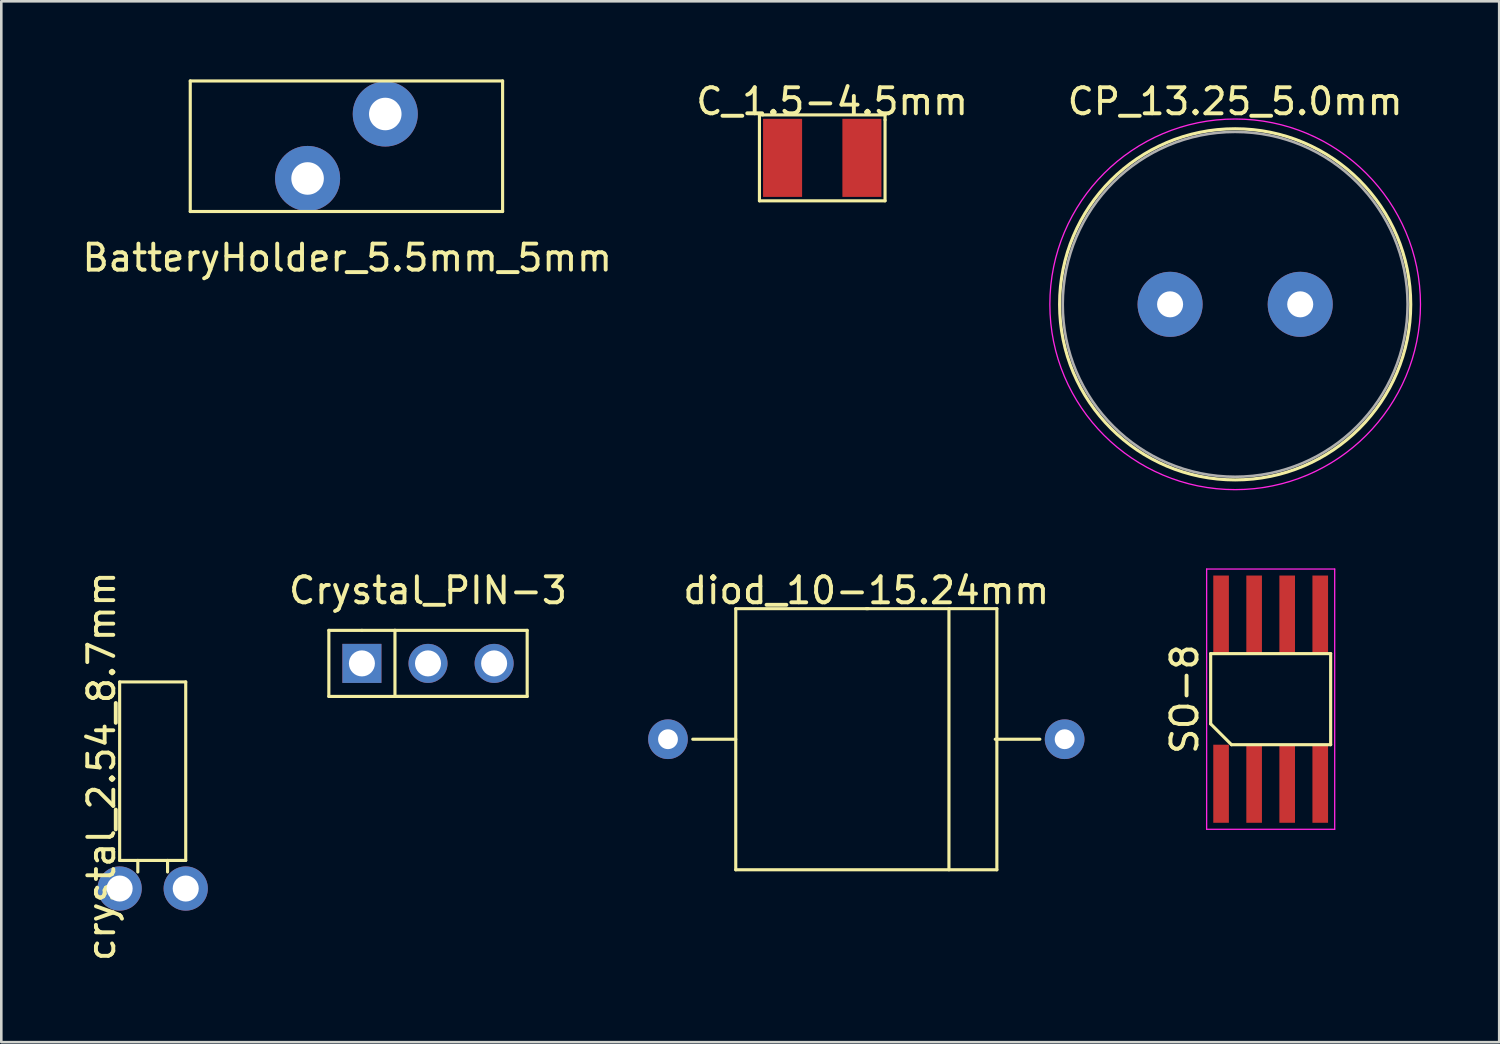
<source format=kicad_pcb>
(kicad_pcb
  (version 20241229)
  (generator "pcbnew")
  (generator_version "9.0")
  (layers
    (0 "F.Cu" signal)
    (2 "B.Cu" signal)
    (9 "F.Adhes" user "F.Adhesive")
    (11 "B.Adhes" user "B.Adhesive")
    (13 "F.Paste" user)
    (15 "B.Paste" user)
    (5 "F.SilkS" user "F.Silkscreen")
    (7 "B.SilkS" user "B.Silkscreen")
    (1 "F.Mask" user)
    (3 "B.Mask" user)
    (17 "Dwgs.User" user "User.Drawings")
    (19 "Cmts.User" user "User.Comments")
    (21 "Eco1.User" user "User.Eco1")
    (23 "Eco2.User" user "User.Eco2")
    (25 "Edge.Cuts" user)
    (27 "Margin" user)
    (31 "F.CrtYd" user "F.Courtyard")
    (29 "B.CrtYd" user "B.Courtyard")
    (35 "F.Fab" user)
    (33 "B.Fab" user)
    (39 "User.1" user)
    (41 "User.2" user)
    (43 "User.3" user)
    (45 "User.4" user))
  (footprint "crystal_2.54_8.7mm"
    (layer "F.Cu")
    (at 1.483 31.025)
    (property "Reference" "crystal_2.54_8.7mm" (at -0.635 -4.636 90) (layer "F.SilkS") (effects (font (size 1 1) (thickness 0.15))))
    (attr through_hole)
    (fp_line (start 0.064 -7.874) (end 2.603 -7.874) (stroke (width 0.12) (type solid)) (layer "F.SilkS"))
    (fp_line (start 0.064 -1.016) (end 0.064 -7.874) (stroke (width 0.12) (type solid)) (layer "F.SilkS"))
    (fp_line (start 0.762 -1.016) (end 0.762 -0.572) (stroke (width 0.12) (type solid)) (layer "F.SilkS"))
    (fp_line (start 1.905 -0.572) (end 1.905 -1.016) (stroke (width 0.12) (type solid)) (layer "F.SilkS"))
    (fp_line (start 2.603 -7.874) (end 2.603 -1.016) (stroke (width 0.12) (type solid)) (layer "F.SilkS"))
    (fp_line (start 2.603 -1.016) (end 0.064 -1.016) (stroke (width 0.12) (type solid)) (layer "F.SilkS"))
    (pad "1" thru_hole circle (at 0.064 0.064) (size 1.7 1.7) (drill 1) (layers "*.Cu" "*.Mask"))
    (pad "2" thru_hole circle (at 2.603 0.064) (size 1.7 1.7) (drill 1) (layers "*.Cu" "*.Mask")))
  (footprint "SO-8"
    (layer "F.Cu")
    (at 45.771 23.813)
    (property "Reference" "SO-8" (at -3.305 0 90) (layer "F.SilkS") (effects (font (size 1 1) (thickness 0.15))))
    (attr smd)
    (fp_line (start -2.305 -1.75) (end 2.305 -1.75) (stroke (width 0.12) (type solid)) (layer "F.SilkS"))
    (fp_line (start -2.305 0.95) (end -2.305 -1.75) (stroke (width 0.12) (type solid)) (layer "F.SilkS"))
    (fp_line (start -1.505 1.75) (end -2.305 0.95) (stroke (width 0.12) (type solid)) (layer "F.SilkS"))
    (fp_line (start 2.305 -1.75) (end 2.305 1.75) (stroke (width 0.12) (type solid)) (layer "F.SilkS"))
    (fp_line (start 2.305 1.75) (end -1.505 1.75) (stroke (width 0.12) (type solid)) (layer "F.SilkS"))
    (fp_line (start -2.46 -5) (end 2.46 -5) (stroke (width 0.05) (type solid)) (layer "F.CrtYd"))
    (fp_line (start -2.46 5) (end -2.46 -5) (stroke (width 0.05) (type solid)) (layer "F.CrtYd"))
    (fp_line (start 2.46 -5) (end 2.46 5) (stroke (width 0.05) (type solid)) (layer "F.CrtYd"))
    (fp_line (start 2.46 5) (end -2.46 5) (stroke (width 0.05) (type solid)) (layer "F.CrtYd"))
    (pad "1" smd rect (at -1.905 3.25) (size 0.6 3) (layers "F.Cu" "F.Mask" "F.Paste"))
    (pad "2" smd rect (at -0.635 3.25) (size 0.6 3) (layers "F.Cu" "F.Mask" "F.Paste"))
    (pad "3" smd rect (at 0.635 3.25) (size 0.6 3) (layers "F.Cu" "F.Mask" "F.Paste"))
    (pad "4" smd rect (at 1.905 3.25) (size 0.6 3) (layers "F.Cu" "F.Mask" "F.Paste"))
    (pad "5" smd rect (at 1.905 -3.25) (size 0.6 3) (layers "F.Cu" "F.Mask" "F.Paste"))
    (pad "6" smd rect (at 0.635 -3.25) (size 0.6 3) (layers "F.Cu" "F.Mask" "F.Paste"))
    (pad "7" smd rect (at -0.635 -3.25) (size 0.6 3) (layers "F.Cu" "F.Mask" "F.Paste"))
    (pad "8" smd rect (at -1.905 -3.25) (size 0.6 3) (layers "F.Cu" "F.Mask" "F.Paste")))
  (footprint "C_1.5-4.5mm"
    (layer "F.Cu")
    (at 28.923 3.015)
    (property "Reference" "C_1.5-4.5mm" (at 0 -2.167 0) (layer "F.SilkS") (effects (font (size 1 1) (thickness 0.15))))
    (attr through_hole)
    (fp_line (start -2.794 -1.651) (end -2.667 -1.651) (stroke (width 0.12) (type solid)) (layer "F.SilkS"))
    (fp_line (start -2.794 1.651) (end -2.794 -1.651) (stroke (width 0.12) (type solid)) (layer "F.SilkS"))
    (fp_line (start -2.667 -1.651) (end 2.032 -1.651) (stroke (width 0.12) (type solid)) (layer "F.SilkS"))
    (fp_line (start 2.032 -1.651) (end 2.032 -1.46) (stroke (width 0.12) (type solid)) (layer "F.SilkS"))
    (fp_line (start 2.032 -1.46) (end 2.032 1.651) (stroke (width 0.12) (type solid)) (layer "F.SilkS"))
    (fp_line (start 2.032 1.651) (end -2.794 1.651) (stroke (width 0.12) (type solid)) (layer "F.SilkS"))
    (pad "1" smd rect (at -1.905 0) (size 1.5 3) (layers "F.Cu" "F.Mask" "F.Paste"))
    (pad "2" smd rect (at 1.143 0) (size 1.5 3) (layers "F.Cu" "F.Mask" "F.Paste")))
  (footprint "diod_10-15.24mm"
    (layer "F.Cu")
    (at 30.235 25.352)
    (property "Reference" "diod_10-15.24mm" (at 0 -5.715 0) (layer "F.SilkS") (effects (font (size 1 1) (thickness 0.15))))
    (attr through_hole)
    (fp_line (start -6.668 0) (end -5.016 0) (stroke (width 0.12) (type solid)) (layer "F.SilkS"))
    (fp_line (start -5.016 -5.016) (end 0.064 -5.016) (stroke (width 0.12) (type solid)) (layer "F.SilkS"))
    (fp_line (start -5.016 5.016) (end -5.016 -5.016) (stroke (width 0.12) (type solid)) (layer "F.SilkS"))
    (fp_line (start 0 -5.016) (end 5.016 -5.016) (stroke (width 0.12) (type solid)) (layer "F.SilkS"))
    (fp_line (start 3.175 -5.016) (end 3.175 5.016) (stroke (width 0.12) (type solid)) (layer "F.SilkS"))
    (fp_line (start 5.016 -5.016) (end 5.016 5.016) (stroke (width 0.12) (type solid)) (layer "F.SilkS"))
    (fp_line (start 5.016 5.016) (end -5.016 5.016) (stroke (width 0.12) (type solid)) (layer "F.SilkS"))
    (fp_line (start 6.668 0) (end 4.953 0) (stroke (width 0.12) (type solid)) (layer "F.SilkS"))
    (pad "1" thru_hole circle (at 7.62 0) (size 1.524 1.524) (drill 0.762) (layers "*.Cu" "*.Mask"))
    (pad "2" thru_hole circle (at -7.62 0) (size 1.524 1.524) (drill 0.762) (layers "*.Cu" "*.Mask")))
  (footprint "CP_13.25_5.0mm"
    (layer "F.Cu")
    (at 44.407 8.643)
    (property "Reference" "CP_13.25_5.0mm" (at 0 -7.795 0) (layer "F.SilkS") (effects (font (size 1 1) (thickness 0.15))))
    (attr through_hole)
    (fp_circle (center 0 0) (end 0 6.745) (stroke (width 0.12) (type solid)) (fill no) (layer "F.SilkS"))
    (fp_circle (center 0 0) (end 0 7.12) (stroke (width 0.05) (type solid)) (fill no) (layer "F.CrtYd"))
    (fp_circle (center 0 0) (end 0 6.625) (stroke (width 0.1) (type solid)) (fill no) (layer "F.Fab"))
    (pad "1" thru_hole oval (at -2.5 0) (size 2.5 2.5) (drill 1) (layers "*.Cu" "*.Mask"))
    (pad "2" thru_hole oval (at 2.5 0) (size 2.5 2.5) (drill 1) (layers "*.Cu" "*.Mask")))
  (footprint "BatteryHolder_5.5mm_5mm"
    (layer "F.Cu")
    (at 8.768 3.807)
    (property "Reference" "BatteryHolder_5.5mm_5mm" (at 1.524 3.048 0) (layer "F.SilkS") (effects (font (size 1 1) (thickness 0.15))))
    (attr through_hole)
    (fp_line (start -4.508 -3.747) (end 7.493 -3.747) (stroke (width 0.12) (type solid)) (layer "F.SilkS"))
    (fp_line (start -4.508 1.27) (end -4.508 -3.747) (stroke (width 0.12) (type solid)) (layer "F.SilkS"))
    (fp_line (start -4.508 1.27) (end 7.493 1.27) (stroke (width 0.12) (type solid)) (layer "F.SilkS"))
    (fp_line (start 7.493 1.27) (end 7.493 -3.747) (stroke (width 0.12) (type solid)) (layer "F.SilkS"))
    (pad "1" thru_hole circle (at 0 0) (size 2.5 2.5) (drill 1.25) (layers "*.Cu" "*.Mask"))
    (pad "1" thru_hole circle (at 2.985 -2.477) (size 2.5 2.5) (drill 1.25) (layers "*.Cu" "*.Mask")))
  (footprint "Crystal_PIN-3"
    (layer "F.Cu")
    (at 13.395 22.439)
    (property "Reference" "Crystal_PIN-3" (at 0 -2.802 0) (layer "F.SilkS") (effects (font (size 1 1) (thickness 0.15))))
    (attr through_hole)
    (fp_line (start -3.81 -1.27) (end -3.81 1.27) (stroke (width 0.12) (type solid)) (layer "F.SilkS"))
    (fp_line (start -3.81 1.27) (end -1.27 1.27) (stroke (width 0.12) (type solid)) (layer "F.SilkS"))
    (fp_line (start -2.54 -1.27) (end -3.81 -1.27) (stroke (width 0.12) (type solid)) (layer "F.SilkS"))
    (fp_line (start -1.27 -1.27) (end -2.54 -1.27) (stroke (width 0.12) (type solid)) (layer "F.SilkS"))
    (fp_line (start -1.27 1.27) (end -1.27 -1.27) (stroke (width 0.12) (type solid)) (layer "F.SilkS"))
    (fp_line (start -1.27 1.27) (end 3.81 1.27) (stroke (width 0.12) (type solid)) (layer "F.SilkS"))
    (fp_line (start 3.747 1.27) (end -1.27 1.27) (stroke (width 0.12) (type solid)) (layer "F.SilkS"))
    (fp_line (start 3.81 -1.27) (end -1.27 -1.27) (stroke (width 0.12) (type solid)) (layer "F.SilkS"))
    (fp_line (start 3.81 1.27) (end 3.81 -1.27) (stroke (width 0.12) (type solid)) (layer "F.SilkS"))
    (pad "1" thru_hole rect (at -2.54 0) (size 1.5 1.5) (drill 1) (layers "*.Cu" "*.Mask"))
    (pad "2" thru_hole circle (at 0 0) (size 1.5 1.5) (drill 1) (layers "*.Cu" "*.Mask"))
    (pad "3" thru_hole circle (at 2.54 0) (size 1.5 1.5) (drill 1) (layers "*.Cu" "*.Mask")))
  (gr_rect
    (start -3 -3)
    (end 54.552 36.991)
    (stroke (width 0.1) (type default))
    (fill no)
    (layer "Edge.Cuts")))
</source>
